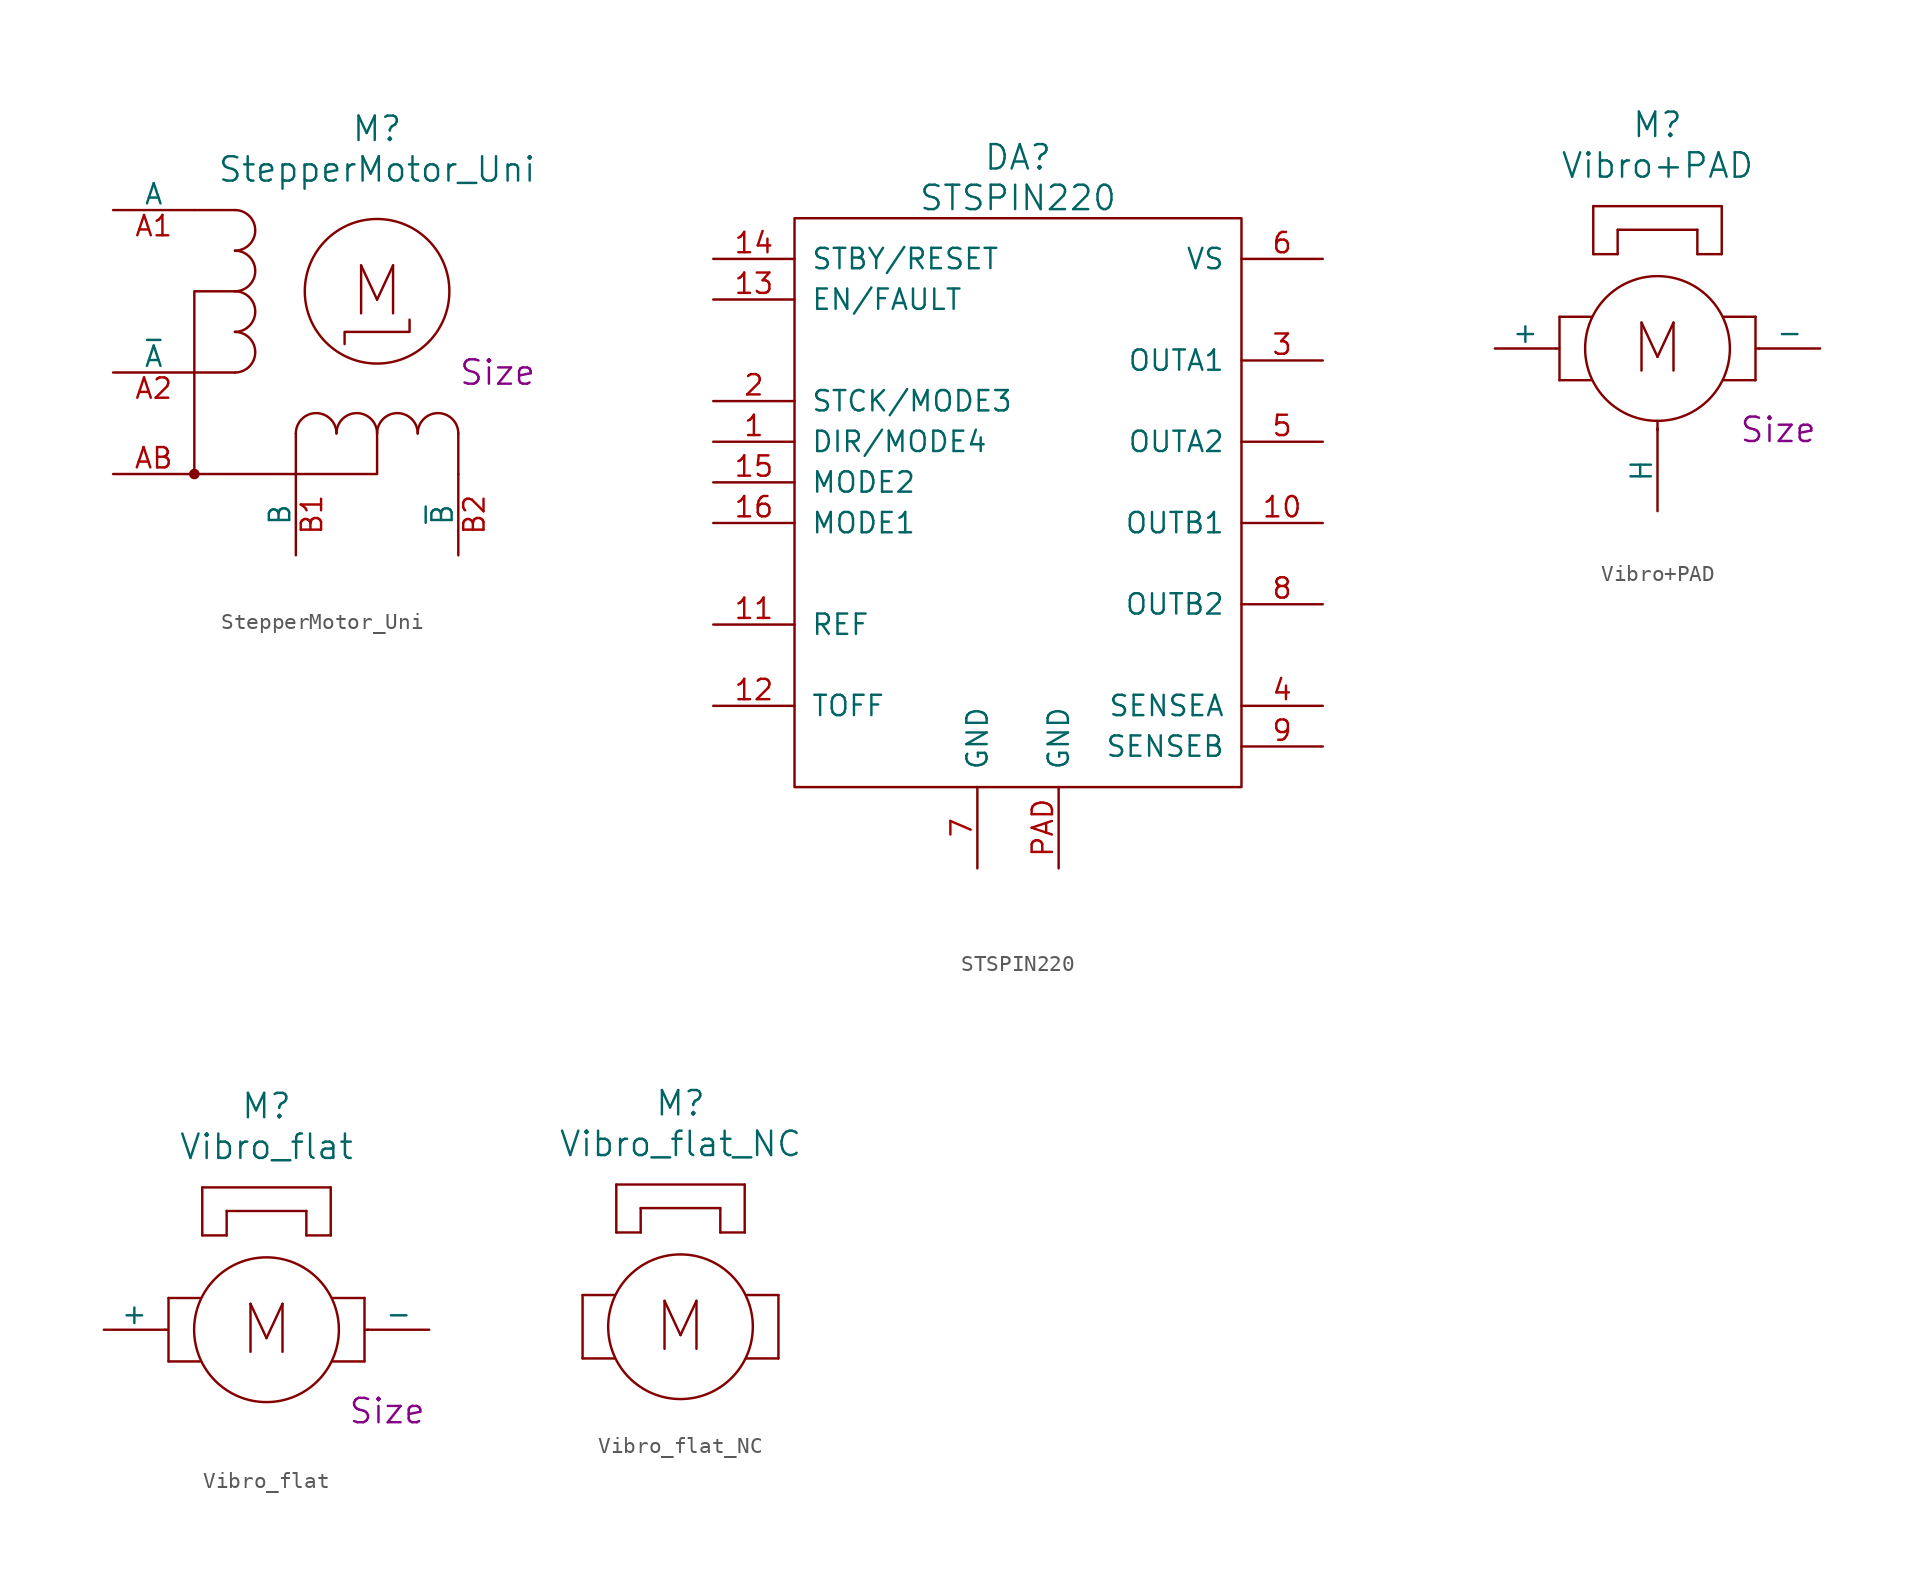
<source format=kicad_sym>
(kicad_symbol_lib
  (version 20220914)
  (generator kicad_symbol_editor)
  (symbol "StepperMotor_Uni"
    (pin_names
      (offset 0))
    (property "Reference" "M"
      (at 0 10.16 0)
      (effects (font (size 1.524 1.524))))
    (property "Value" "StepperMotor_Uni"
      (at 0 7.62 0)
      (effects (font (size 1.524 1.524))))
    (property "Footprint" ""
      (at 0 0 0)
      (effects (font (size 1.524 1.524))))
    (property "Datasheet" ""
      (at 0 10.16 0)
      (effects (font (size 1.524 1.524))))
    (property "Size" "Size"
      (at 5.08 -5.08 0)
      (effects (font (size 1.524 1.524)) (justify left)))
    (symbol "StepperMotor_Uni_0_0"
      (text "M" (at 0 0 0) (effects (font (size 2.997 2.997)))))
    (symbol "StepperMotor_Uni_0_1"
      (arc (start -8.89 -5.08) (mid -7.6255 -3.81) (end -8.89 -2.54) (stroke (width 0) (type solid)) (fill (type none)))
      (arc (start -8.89 -2.54) (mid -7.6255 -1.27) (end -8.89 0) (stroke (width 0) (type solid)) (fill (type none)))
      (arc (start -8.89 0) (mid -7.6255 1.27) (end -8.89 2.54) (stroke (width 0) (type solid)) (fill (type none)))
      (arc (start -8.89 2.54) (mid -7.6255 3.81) (end -8.89 5.08) (stroke (width 0) (type solid)) (fill (type none)))
      (arc (start -2.54 -8.89) (mid -3.81 -7.6255) (end -5.08 -8.89) (stroke (width 0) (type solid)) (fill (type none)))
      (arc (start 0 -8.89) (mid -1.27 -7.6255) (end -2.54 -8.89) (stroke (width 0) (type solid)) (fill (type none)))
      (polyline (pts (xy -8.89 -5.08) (xy -11.43 -5.08)) (stroke (width 0) (type solid)) (fill (type none)))
      (polyline (pts (xy -8.89 5.08) (xy -11.43 5.08)) (stroke (width 0) (type solid)) (fill (type none)))
      (polyline (pts (xy -5.08 -8.89) (xy -5.08 -11.43)) (stroke (width 0) (type solid)) (fill (type none)))
      (polyline (pts (xy 5.08 -8.89) (xy 5.08 -11.43)) (stroke (width 0) (type solid)) (fill (type none)))
      (polyline (pts (xy -11.43 -11.43) (xy -11.43 0) (xy -8.89 0)) (stroke (width 0) (type solid)) (fill (type none)))
      (polyline (pts (xy 0 -8.89) (xy 0 -11.43) (xy -11.43 -11.43)) (stroke (width 0) (type solid)) (fill (type none)))
      (polyline (pts (xy -2.032 -3.302) (xy -2.032 -2.54) (xy 2.032 -2.54) (xy 2.032 -1.778)) (stroke (width 0) (type solid)) (fill (type none)))
      (circle (center 0 0) (radius 4.521) (stroke (width 0) (type solid)) (fill (type none)))
      (arc (start 2.54 -8.89) (mid 1.27 -7.6255) (end 0 -8.89) (stroke (width 0) (type solid)) (fill (type none)))
      (arc (start 5.08 -8.89) (mid 3.81 -7.6255) (end 2.54 -8.89) (stroke (width 0) (type solid)) (fill (type none))))
    (symbol "StepperMotor_Uni_1_1"
      (circle (center -11.43 -11.43) (radius 0.254) (stroke (width 0) (type solid)) (fill (type outline)))
      (pin passive line (at -16.51 5.08 0) (length 5.08) (name "A" (effects (font (size 1.27 1.27)))) (number "A1" (effects (font (size 1.27 1.27)))))
      (pin passive line (at -16.51 -5.08 0) (length 5.08) (name "~{A}" (effects (font (size 1.27 1.27)))) (number "A2" (effects (font (size 1.27 1.27)))))
      (pin passive line (at -16.51 -11.43 0) (length 5.08) (name "~" (effects (font (size 1.27 1.27)))) (number "AB" (effects (font (size 1.27 1.27)))))
      (pin passive line (at -5.08 -16.51 90) (length 5.08) (name "B" (effects (font (size 1.27 1.27)))) (number "B1" (effects (font (size 1.27 1.27)))))
      (pin passive line (at 5.08 -16.51 90) (length 5.08) (name "~{B}" (effects (font (size 1.27 1.27)))) (number "B2" (effects (font (size 1.27 1.27)))))))
  (symbol "STSPIN220"
    (pin_names
      (offset 1.016))
    (property "Reference" "DA"
      (at 0 21.59 0)
      (effects (font (size 1.524 1.524))))
    (property "Value" "STSPIN220"
      (at 0 19.05 0)
      (effects (font (size 1.524 1.524))))
    (property "Datasheet" ""
      (at 7.62 -5.08 0)
      (effects (font (size 1.524 1.524))))
    (symbol "STSPIN220_0_1"
      (rectangle (start -13.97 17.78) (end 13.97 -17.78) (stroke (width 0) (type solid)) (fill (type none))))
    (symbol "STSPIN220_1_1"
      (pin input line (at -19.05 3.81 0) (length 5.08) (name "DIR/MODE4" (effects (font (size 1.27 1.27)))) (number "1" (effects (font (size 1.27 1.27)))))
      (pin passive line (at 19.05 -1.27 180) (length 5.08) (name "OUTB1" (effects (font (size 1.27 1.27)))) (number "10" (effects (font (size 1.27 1.27)))))
      (pin passive line (at -19.05 -7.62 0) (length 5.08) (name "REF" (effects (font (size 1.27 1.27)))) (number "11" (effects (font (size 1.27 1.27)))))
      (pin passive line (at -19.05 -12.7 0) (length 5.08) (name "TOFF" (effects (font (size 1.27 1.27)))) (number "12" (effects (font (size 1.27 1.27)))))
      (pin passive line (at -19.05 12.7 0) (length 5.08) (name "EN/FAULT" (effects (font (size 1.27 1.27)))) (number "13" (effects (font (size 1.27 1.27)))))
      (pin passive line (at -19.05 15.24 0) (length 5.08) (name "STBY/RESET" (effects (font (size 1.27 1.27)))) (number "14" (effects (font (size 1.27 1.27)))))
      (pin passive line (at -19.05 1.27 0) (length 5.08) (name "MODE2" (effects (font (size 1.27 1.27)))) (number "15" (effects (font (size 1.27 1.27)))))
      (pin passive line (at -19.05 -1.27 0) (length 5.08) (name "MODE1" (effects (font (size 1.27 1.27)))) (number "16" (effects (font (size 1.27 1.27)))))
      (pin input line (at -19.05 6.35 0) (length 5.08) (name "STCK/MODE3" (effects (font (size 1.27 1.27)))) (number "2" (effects (font (size 1.27 1.27)))))
      (pin passive line (at 19.05 8.89 180) (length 5.08) (name "OUTA1" (effects (font (size 1.27 1.27)))) (number "3" (effects (font (size 1.27 1.27)))))
      (pin passive line (at 19.05 -12.7 180) (length 5.08) (name "SENSEA" (effects (font (size 1.27 1.27)))) (number "4" (effects (font (size 1.27 1.27)))))
      (pin passive line (at 19.05 3.81 180) (length 5.08) (name "OUTA2" (effects (font (size 1.27 1.27)))) (number "5" (effects (font (size 1.27 1.27)))))
      (pin power_in line (at 19.05 15.24 180) (length 5.08) (name "VS" (effects (font (size 1.27 1.27)))) (number "6" (effects (font (size 1.27 1.27)))))
      (pin power_in line (at -2.54 -22.86 90) (length 5.08) (name "GND" (effects (font (size 1.27 1.27)))) (number "7" (effects (font (size 1.27 1.27)))))
      (pin passive line (at 19.05 -6.35 180) (length 5.08) (name "OUTB2" (effects (font (size 1.27 1.27)))) (number "8" (effects (font (size 1.27 1.27)))))
      (pin passive line (at 19.05 -15.24 180) (length 5.08) (name "SENSEB" (effects (font (size 1.27 1.27)))) (number "9" (effects (font (size 1.27 1.27)))))
      (pin passive line (at 2.54 -22.86 90) (length 5.08) (name "GND" (effects (font (size 1.27 1.27)))) (number "PAD" (effects (font (size 1.27 1.27)))))))
  (symbol "Vibro+PAD"
    (pin_numbers hide)
    (pin_names
      (offset 0))
    (property "Reference" "M"
      (at 0 13.97 0)
      (effects (font (size 1.524 1.524))))
    (property "Value" "Vibro+PAD"
      (at 0 11.43 0)
      (effects (font (size 1.524 1.524))))
    (property "Footprint" ""
      (at 0 0 0)
      (effects (font (size 1.524 1.524))))
    (property "Datasheet" ""
      (at 0 13.97 0)
      (effects (font (size 1.524 1.524))))
    (property "Size" "Size"
      (at 5.08 -5.08 0)
      (effects (font (size 1.524 1.524)) (justify left)))
    (symbol "Vibro+PAD_0_0"
      (polyline (pts (xy -6.147 0) (xy -6.35 0)) (stroke (width 0) (type solid)) (fill (type none)))
      (polyline (pts (xy -6.121 -1.981) (xy -6.121 1.981)) (stroke (width 0) (type solid)) (fill (type none)))
      (polyline (pts (xy -4.115 -1.981) (xy -6.121 -1.981)) (stroke (width 0) (type solid)) (fill (type none)))
      (polyline (pts (xy -4.115 1.981) (xy -6.121 1.981)) (stroke (width 0) (type solid)) (fill (type none)))
      (polyline (pts (xy -4.013 5.893) (xy -4.013 8.89)) (stroke (width 0) (type solid)) (fill (type none)))
      (polyline (pts (xy -4.013 8.89) (xy 4.013 8.89)) (stroke (width 0) (type solid)) (fill (type none)))
      (polyline (pts (xy -2.489 5.893) (xy -4.013 5.893)) (stroke (width 0) (type solid)) (fill (type none)))
      (polyline (pts (xy -2.489 5.893) (xy -2.489 7.417)) (stroke (width 0) (type solid)) (fill (type none)))
      (polyline (pts (xy 2.489 5.893) (xy 2.489 7.417)) (stroke (width 0) (type solid)) (fill (type none)))
      (polyline (pts (xy 2.489 5.893) (xy 4.013 5.893)) (stroke (width 0) (type solid)) (fill (type none)))
      (polyline (pts (xy 2.489 7.417) (xy -2.489 7.417)) (stroke (width 0) (type solid)) (fill (type none)))
      (polyline (pts (xy 4.013 5.893) (xy 4.013 8.89)) (stroke (width 0) (type solid)) (fill (type none)))
      (polyline (pts (xy 4.115 -1.981) (xy 6.121 -1.981)) (stroke (width 0) (type solid)) (fill (type none)))
      (polyline (pts (xy 4.115 1.981) (xy 6.121 1.981)) (stroke (width 0) (type solid)) (fill (type none)))
      (polyline (pts (xy 6.121 -1.981) (xy 6.121 1.981)) (stroke (width 0) (type solid)) (fill (type none)))
      (polyline (pts (xy 6.147 0) (xy 6.35 0)) (stroke (width 0) (type solid)) (fill (type none)))
      (text "M" (at 0 0 0) (effects (font (size 2.997 2.997)))))
    (symbol "Vibro+PAD_0_1"
      (polyline (pts (xy 0 -5.08) (xy 0 -4.978)) (stroke (width 0) (type solid)) (fill (type none)))
      (polyline (pts (xy 0 -5.08) (xy 0 -4.521)) (stroke (width 0) (type solid)) (fill (type none)))
      (circle (center 0 0) (radius 4.521) (stroke (width 0) (type solid)) (fill (type none))))
    (symbol "Vibro+PAD_1_1"
      (pin passive line (at -10.16 0 0) (length 3.81) (name "+" (effects (font (size 1.27 1.27)))) (number "1" (effects (font (size 1.27 1.27)))))
      (pin passive line (at 10.16 0 180) (length 3.81) (name "-" (effects (font (size 1.27 1.27)))) (number "2" (effects (font (size 1.27 1.27)))))
      (pin passive line (at 0 -10.16 90) (length 5.08) (name "H" (effects (font (size 1.27 1.27)))) (number "H" (effects (font (size 1.27 1.27)))))))
  (symbol "Vibro_flat"
    (pin_numbers hide)
    (pin_names
      (offset 0))
    (property "Reference" "M"
      (at 0 13.97 0)
      (effects (font (size 1.524 1.524))))
    (property "Value" "Vibro_flat"
      (at 0 11.43 0)
      (effects (font (size 1.524 1.524))))
    (property "Footprint" ""
      (at 0 0 0)
      (effects (font (size 1.524 1.524))))
    (property "Datasheet" ""
      (at 0 0 0)
      (effects (font (size 1.524 1.524))))
    (property "Size" "Size"
      (at 5.08 -5.08 0)
      (effects (font (size 1.524 1.524)) (justify left)))
    (symbol "Vibro_flat_0_0"
      (polyline (pts (xy -6.147 0) (xy -6.35 0)) (stroke (width 0) (type solid)) (fill (type none)))
      (polyline (pts (xy -6.121 -1.981) (xy -6.121 1.981)) (stroke (width 0) (type solid)) (fill (type none)))
      (polyline (pts (xy -4.115 -1.981) (xy -6.121 -1.981)) (stroke (width 0) (type solid)) (fill (type none)))
      (polyline (pts (xy -4.115 1.981) (xy -6.121 1.981)) (stroke (width 0) (type solid)) (fill (type none)))
      (polyline (pts (xy -4.013 5.893) (xy -4.013 8.89)) (stroke (width 0) (type solid)) (fill (type none)))
      (polyline (pts (xy -4.013 8.89) (xy 4.013 8.89)) (stroke (width 0) (type solid)) (fill (type none)))
      (polyline (pts (xy -2.489 5.893) (xy -4.013 5.893)) (stroke (width 0) (type solid)) (fill (type none)))
      (polyline (pts (xy -2.489 5.893) (xy -2.489 7.417)) (stroke (width 0) (type solid)) (fill (type none)))
      (polyline (pts (xy 2.489 5.893) (xy 2.489 7.417)) (stroke (width 0) (type solid)) (fill (type none)))
      (polyline (pts (xy 2.489 5.893) (xy 4.013 5.893)) (stroke (width 0) (type solid)) (fill (type none)))
      (polyline (pts (xy 2.489 7.417) (xy -2.489 7.417)) (stroke (width 0) (type solid)) (fill (type none)))
      (polyline (pts (xy 4.013 5.893) (xy 4.013 8.89)) (stroke (width 0) (type solid)) (fill (type none)))
      (polyline (pts (xy 4.115 -1.981) (xy 6.121 -1.981)) (stroke (width 0) (type solid)) (fill (type none)))
      (polyline (pts (xy 4.115 1.981) (xy 6.121 1.981)) (stroke (width 0) (type solid)) (fill (type none)))
      (polyline (pts (xy 6.121 -1.981) (xy 6.121 1.981)) (stroke (width 0) (type solid)) (fill (type none)))
      (polyline (pts (xy 6.147 0) (xy 6.35 0)) (stroke (width 0) (type solid)) (fill (type none)))
      (text "M" (at 0 0 0) (effects (font (size 2.997 2.997)))))
    (symbol "Vibro_flat_0_1"
      (circle (center 0 0) (radius 4.521) (stroke (width 0) (type solid)) (fill (type none))))
    (symbol "Vibro_flat_1_1"
      (pin passive line (at -10.16 0 0) (length 3.81) (name "+" (effects (font (size 1.27 1.27)))) (number "1" (effects (font (size 1.27 1.27)))))
      (pin passive line (at 10.16 0 180) (length 3.81) (name "-" (effects (font (size 1.27 1.27)))) (number "2" (effects (font (size 1.27 1.27)))))))
  (symbol "Vibro_flat_NC"
    (pin_numbers hide)
    (pin_names
      (offset 0))
    (property "Reference" "M"
      (at 0 13.97 0)
      (effects (font (size 1.524 1.524))))
    (property "Value" "Vibro_flat_NC"
      (at 0 11.43 0)
      (effects (font (size 1.524 1.524))))
    (property "Footprint" ""
      (at 0 0 0)
      (effects (font (size 1.524 1.524))))
    (property "Datasheet" ""
      (at 0 13.97 0)
      (effects (font (size 1.524 1.524))))
    (symbol "Vibro_flat_NC_0_0"
      (polyline (pts (xy -6.121 -1.981) (xy -6.121 1.981)) (stroke (width 0) (type solid)) (fill (type none)))
      (polyline (pts (xy -4.115 -1.981) (xy -6.121 -1.981)) (stroke (width 0) (type solid)) (fill (type none)))
      (polyline (pts (xy -4.115 1.981) (xy -6.121 1.981)) (stroke (width 0) (type solid)) (fill (type none)))
      (polyline (pts (xy -4.013 5.893) (xy -4.013 8.89)) (stroke (width 0) (type solid)) (fill (type none)))
      (polyline (pts (xy -4.013 8.89) (xy 4.013 8.89)) (stroke (width 0) (type solid)) (fill (type none)))
      (polyline (pts (xy -2.489 5.893) (xy -4.013 5.893)) (stroke (width 0) (type solid)) (fill (type none)))
      (polyline (pts (xy -2.489 5.893) (xy -2.489 7.417)) (stroke (width 0) (type solid)) (fill (type none)))
      (polyline (pts (xy 2.489 5.893) (xy 2.489 7.417)) (stroke (width 0) (type solid)) (fill (type none)))
      (polyline (pts (xy 2.489 5.893) (xy 4.013 5.893)) (stroke (width 0) (type solid)) (fill (type none)))
      (polyline (pts (xy 2.489 7.417) (xy -2.489 7.417)) (stroke (width 0) (type solid)) (fill (type none)))
      (polyline (pts (xy 4.013 5.893) (xy 4.013 8.89)) (stroke (width 0) (type solid)) (fill (type none)))
      (polyline (pts (xy 4.115 -1.981) (xy 6.121 -1.981)) (stroke (width 0) (type solid)) (fill (type none)))
      (polyline (pts (xy 4.115 1.981) (xy 6.121 1.981)) (stroke (width 0) (type solid)) (fill (type none)))
      (polyline (pts (xy 6.121 -1.981) (xy 6.121 1.981)) (stroke (width 0) (type solid)) (fill (type none)))
      (text "M" (at 0 0 0) (effects (font (size 2.997 2.997)))))
    (symbol "Vibro_flat_NC_0_1"
      (circle (center 0 0) (radius 4.521) (stroke (width 0) (type solid)) (fill (type none))))))
</source>
